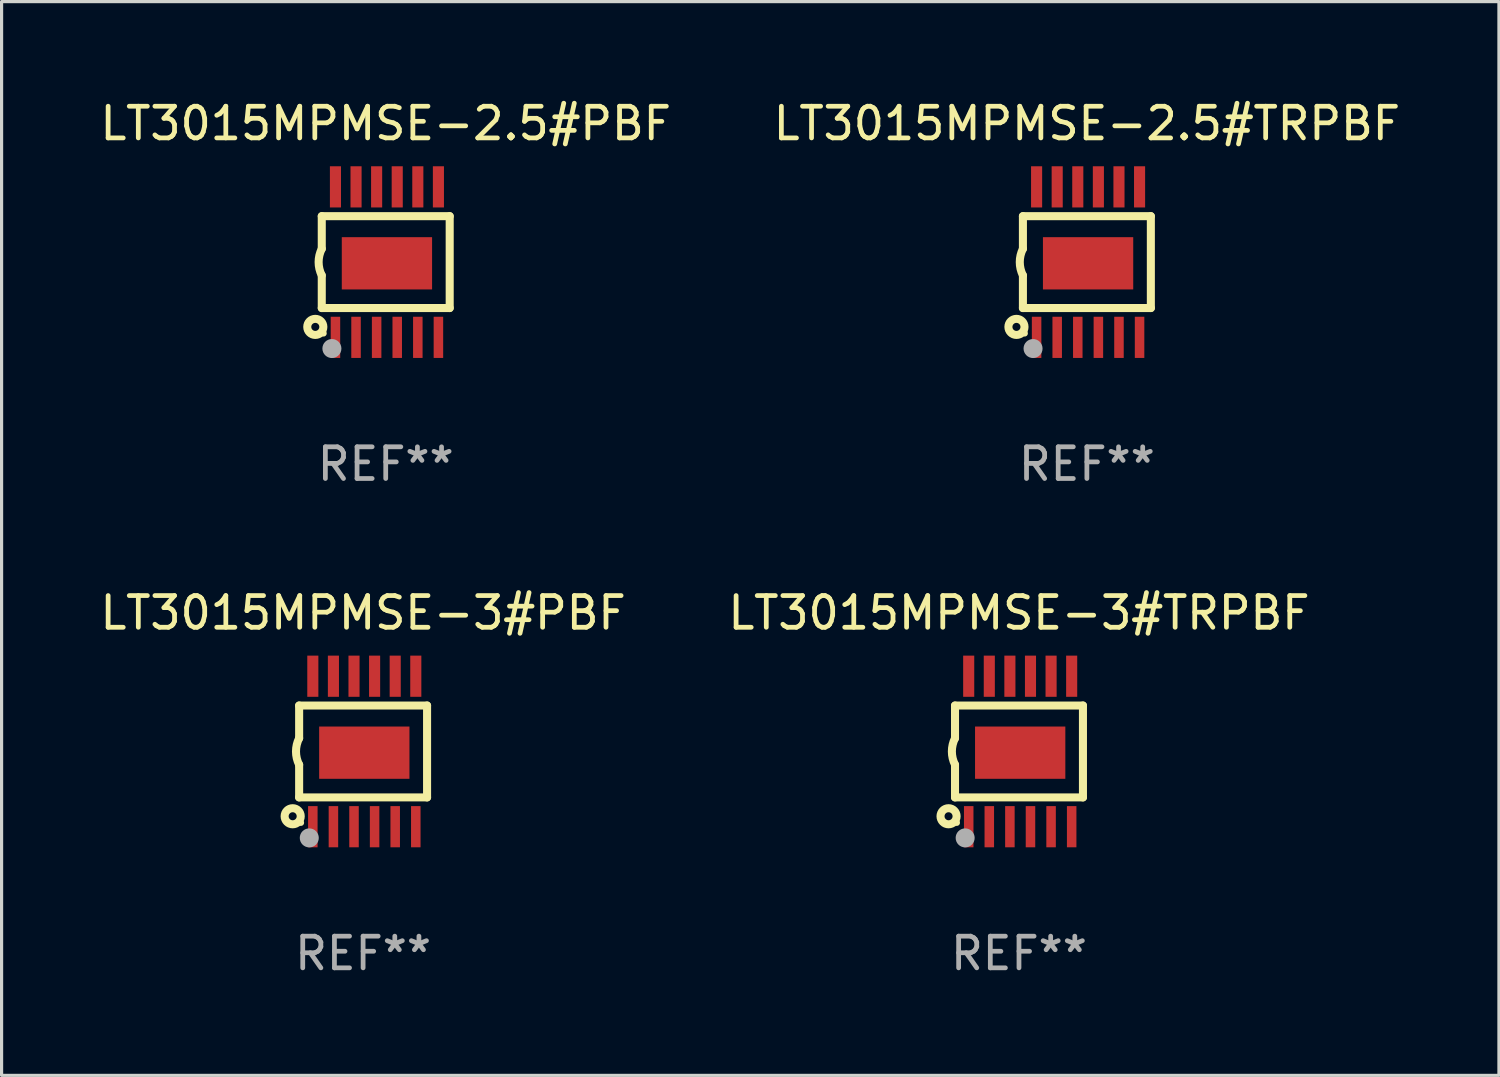
<source format=kicad_pcb>
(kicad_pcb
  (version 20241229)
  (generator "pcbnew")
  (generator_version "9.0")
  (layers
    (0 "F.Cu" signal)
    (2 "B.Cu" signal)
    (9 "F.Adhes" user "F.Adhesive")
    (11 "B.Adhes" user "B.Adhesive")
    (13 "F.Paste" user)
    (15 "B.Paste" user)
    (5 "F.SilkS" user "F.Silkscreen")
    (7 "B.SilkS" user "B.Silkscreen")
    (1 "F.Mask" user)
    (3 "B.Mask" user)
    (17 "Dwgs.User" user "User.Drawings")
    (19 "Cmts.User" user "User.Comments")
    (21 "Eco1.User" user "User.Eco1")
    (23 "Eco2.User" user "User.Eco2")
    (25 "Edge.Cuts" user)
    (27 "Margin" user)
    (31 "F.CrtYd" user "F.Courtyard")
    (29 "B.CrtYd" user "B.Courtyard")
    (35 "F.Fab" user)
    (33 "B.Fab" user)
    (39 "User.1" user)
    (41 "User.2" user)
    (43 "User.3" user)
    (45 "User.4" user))
  (footprint "LT3015MPMSE-2.5#TRPBF"
    (layer "F.Cu")
    (at 31.256 5.223)
    (property "Reference" "LT3015MPMSE-2.5#TRPBF" (at 0 -4.375 0) (layer "F.SilkS") (effects (font (size 1 1) (thickness 0.15))))
    (attr through_hole)
    (fp_line (start -2.019 -1.45) (end -2.019 -0.419) (stroke (width 0.254) (type solid)) (layer "F.SilkS"))
    (fp_line (start -2.019 1.45) (end -2.019 0.419) (stroke (width 0.254) (type solid)) (layer "F.SilkS"))
    (fp_line (start -2.019 1.45) (end 2.019 1.45) (stroke (width 0.254) (type solid)) (layer "F.SilkS"))
    (fp_line (start 2.019 -1.45) (end -2.019 -1.45) (stroke (width 0.254) (type solid)) (layer "F.SilkS"))
    (fp_line (start 2.019 -1.45) (end 2.019 1.45) (stroke (width 0.254) (type solid)) (layer "F.SilkS"))
    (fp_arc (start -2.019304 0.419101) (mid -2.11824 0) (end -2.019304 -0.419101) (stroke (width 0.254001) (type solid)) (layer "F.SilkS"))
    (fp_circle (center -2.223 2.045) (end -1.969 2.045) (stroke (width 0.254) (type solid)) (fill no) (layer "F.SilkS"))
    (fp_circle (center -1.962 2.25) (end -1.912 2.25) (stroke (width 0.1) (type solid)) (fill no) (layer "F.SilkS"))
    (fp_circle (center -1.699 2.728) (end -1.549 2.728) (stroke (width 0.3) (type solid)) (fill no) (layer "F.Fab"))
    (fp_text user "REF**" (at 0 6.375 0) (layer "F.Fab") (effects (font (size 1 1) (thickness 0.15))))
    (pad "1" smd rect (at -1.587 2.375) (size 0.3 1.3) (layers "F.Cu" "F.Mask" "F.Paste"))
    (pad "2" smd rect (at -0.937 2.375) (size 0.3 1.3) (layers "F.Cu" "F.Mask" "F.Paste"))
    (pad "3" smd rect (at -0.287 2.375) (size 0.3 1.3) (layers "F.Cu" "F.Mask" "F.Paste"))
    (pad "4" smd rect (at 0.363 2.375) (size 0.3 1.3) (layers "F.Cu" "F.Mask" "F.Paste"))
    (pad "5" smd rect (at 1.013 2.375) (size 0.3 1.3) (layers "F.Cu" "F.Mask" "F.Paste"))
    (pad "6" smd rect (at 1.663 2.375) (size 0.3 1.3) (layers "F.Cu" "F.Mask" "F.Paste"))
    (pad "7" smd rect (at 1.663 -2.375) (size 0.35 1.3) (layers "F.Cu" "F.Mask" "F.Paste"))
    (pad "8" smd rect (at 1.013 -2.375) (size 0.35 1.3) (layers "F.Cu" "F.Mask" "F.Paste"))
    (pad "9" smd rect (at 0.363 -2.375) (size 0.35 1.3) (layers "F.Cu" "F.Mask" "F.Paste"))
    (pad "10" smd rect (at -0.287 -2.375) (size 0.35 1.3) (layers "F.Cu" "F.Mask" "F.Paste"))
    (pad "11" smd rect (at -0.937 -2.375) (size 0.35 1.3) (layers "F.Cu" "F.Mask" "F.Paste"))
    (pad "12" smd rect (at -1.587 -2.375) (size 0.35 1.3) (layers "F.Cu" "F.Mask" "F.Paste"))
    (pad "13" smd rect (at 0.038 0.038) (size 2.85 1.65) (layers "F.Cu" "F.Mask" "F.Paste")))
  (footprint "LT3015MPMSE-3#PBF"
    (layer "F.Cu")
    (at 8.411 20.669)
    (property "Reference" "LT3015MPMSE-3#PBF" (at 0 -4.375 0) (layer "F.SilkS") (effects (font (size 1 1) (thickness 0.15))))
    (attr through_hole)
    (fp_line (start -2.019 -1.45) (end -2.019 -0.419) (stroke (width 0.254) (type solid)) (layer "F.SilkS"))
    (fp_line (start -2.019 1.45) (end -2.019 0.419) (stroke (width 0.254) (type solid)) (layer "F.SilkS"))
    (fp_line (start -2.019 1.45) (end 2.019 1.45) (stroke (width 0.254) (type solid)) (layer "F.SilkS"))
    (fp_line (start 2.019 -1.45) (end -2.019 -1.45) (stroke (width 0.254) (type solid)) (layer "F.SilkS"))
    (fp_line (start 2.019 -1.45) (end 2.019 1.45) (stroke (width 0.254) (type solid)) (layer "F.SilkS"))
    (fp_arc (start -2.019304 0.419101) (mid -2.11824 0) (end -2.019304 -0.419101) (stroke (width 0.254001) (type solid)) (layer "F.SilkS"))
    (fp_circle (center -2.223 2.045) (end -1.969 2.045) (stroke (width 0.254) (type solid)) (fill no) (layer "F.SilkS"))
    (fp_circle (center -1.962 2.25) (end -1.912 2.25) (stroke (width 0.1) (type solid)) (fill no) (layer "F.SilkS"))
    (fp_circle (center -1.699 2.728) (end -1.549 2.728) (stroke (width 0.3) (type solid)) (fill no) (layer "F.Fab"))
    (fp_text user "REF**" (at 0 6.375 0) (layer "F.Fab") (effects (font (size 1 1) (thickness 0.15))))
    (pad "1" smd rect (at -1.587 2.375) (size 0.3 1.3) (layers "F.Cu" "F.Mask" "F.Paste"))
    (pad "2" smd rect (at -0.937 2.375) (size 0.3 1.3) (layers "F.Cu" "F.Mask" "F.Paste"))
    (pad "3" smd rect (at -0.287 2.375) (size 0.3 1.3) (layers "F.Cu" "F.Mask" "F.Paste"))
    (pad "4" smd rect (at 0.363 2.375) (size 0.3 1.3) (layers "F.Cu" "F.Mask" "F.Paste"))
    (pad "5" smd rect (at 1.013 2.375) (size 0.3 1.3) (layers "F.Cu" "F.Mask" "F.Paste"))
    (pad "6" smd rect (at 1.663 2.375) (size 0.3 1.3) (layers "F.Cu" "F.Mask" "F.Paste"))
    (pad "7" smd rect (at 1.663 -2.375) (size 0.35 1.3) (layers "F.Cu" "F.Mask" "F.Paste"))
    (pad "8" smd rect (at 1.013 -2.375) (size 0.35 1.3) (layers "F.Cu" "F.Mask" "F.Paste"))
    (pad "9" smd rect (at 0.363 -2.375) (size 0.35 1.3) (layers "F.Cu" "F.Mask" "F.Paste"))
    (pad "10" smd rect (at -0.287 -2.375) (size 0.35 1.3) (layers "F.Cu" "F.Mask" "F.Paste"))
    (pad "11" smd rect (at -0.937 -2.375) (size 0.35 1.3) (layers "F.Cu" "F.Mask" "F.Paste"))
    (pad "12" smd rect (at -1.587 -2.375) (size 0.35 1.3) (layers "F.Cu" "F.Mask" "F.Paste"))
    (pad "13" smd rect (at 0.038 0.038) (size 2.85 1.65) (layers "F.Cu" "F.Mask" "F.Paste")))
  (footprint "LT3015MPMSE-3#TRPBF"
    (layer "F.Cu")
    (at 29.113 20.669)
    (property "Reference" "LT3015MPMSE-3#TRPBF" (at 0 -4.375 0) (layer "F.SilkS") (effects (font (size 1 1) (thickness 0.15))))
    (attr through_hole)
    (fp_line (start -2.019 -1.45) (end -2.019 -0.419) (stroke (width 0.254) (type solid)) (layer "F.SilkS"))
    (fp_line (start -2.019 1.45) (end -2.019 0.419) (stroke (width 0.254) (type solid)) (layer "F.SilkS"))
    (fp_line (start -2.019 1.45) (end 2.019 1.45) (stroke (width 0.254) (type solid)) (layer "F.SilkS"))
    (fp_line (start 2.019 -1.45) (end -2.019 -1.45) (stroke (width 0.254) (type solid)) (layer "F.SilkS"))
    (fp_line (start 2.019 -1.45) (end 2.019 1.45) (stroke (width 0.254) (type solid)) (layer "F.SilkS"))
    (fp_arc (start -2.019304 0.419101) (mid -2.11824 0) (end -2.019304 -0.419101) (stroke (width 0.254001) (type solid)) (layer "F.SilkS"))
    (fp_circle (center -2.223 2.045) (end -1.969 2.045) (stroke (width 0.254) (type solid)) (fill no) (layer "F.SilkS"))
    (fp_circle (center -1.962 2.25) (end -1.912 2.25) (stroke (width 0.1) (type solid)) (fill no) (layer "F.SilkS"))
    (fp_circle (center -1.699 2.728) (end -1.549 2.728) (stroke (width 0.3) (type solid)) (fill no) (layer "F.Fab"))
    (fp_text user "REF**" (at 0 6.375 0) (layer "F.Fab") (effects (font (size 1 1) (thickness 0.15))))
    (pad "1" smd rect (at -1.587 2.375) (size 0.3 1.3) (layers "F.Cu" "F.Mask" "F.Paste"))
    (pad "2" smd rect (at -0.937 2.375) (size 0.3 1.3) (layers "F.Cu" "F.Mask" "F.Paste"))
    (pad "3" smd rect (at -0.287 2.375) (size 0.3 1.3) (layers "F.Cu" "F.Mask" "F.Paste"))
    (pad "4" smd rect (at 0.363 2.375) (size 0.3 1.3) (layers "F.Cu" "F.Mask" "F.Paste"))
    (pad "5" smd rect (at 1.013 2.375) (size 0.3 1.3) (layers "F.Cu" "F.Mask" "F.Paste"))
    (pad "6" smd rect (at 1.663 2.375) (size 0.3 1.3) (layers "F.Cu" "F.Mask" "F.Paste"))
    (pad "7" smd rect (at 1.663 -2.375) (size 0.35 1.3) (layers "F.Cu" "F.Mask" "F.Paste"))
    (pad "8" smd rect (at 1.013 -2.375) (size 0.35 1.3) (layers "F.Cu" "F.Mask" "F.Paste"))
    (pad "9" smd rect (at 0.363 -2.375) (size 0.35 1.3) (layers "F.Cu" "F.Mask" "F.Paste"))
    (pad "10" smd rect (at -0.287 -2.375) (size 0.35 1.3) (layers "F.Cu" "F.Mask" "F.Paste"))
    (pad "11" smd rect (at -0.937 -2.375) (size 0.35 1.3) (layers "F.Cu" "F.Mask" "F.Paste"))
    (pad "12" smd rect (at -1.587 -2.375) (size 0.35 1.3) (layers "F.Cu" "F.Mask" "F.Paste"))
    (pad "13" smd rect (at 0.038 0.038) (size 2.85 1.65) (layers "F.Cu" "F.Mask" "F.Paste")))
  (footprint "LT3015MPMSE-2.5#PBF"
    (layer "F.Cu")
    (at 9.125 5.223)
    (property "Reference" "LT3015MPMSE-2.5#PBF" (at 0 -4.375 0) (layer "F.SilkS") (effects (font (size 1 1) (thickness 0.15))))
    (attr through_hole)
    (fp_line (start -2.019 -1.45) (end -2.019 -0.419) (stroke (width 0.254) (type solid)) (layer "F.SilkS"))
    (fp_line (start -2.019 1.45) (end -2.019 0.419) (stroke (width 0.254) (type solid)) (layer "F.SilkS"))
    (fp_line (start -2.019 1.45) (end 2.019 1.45) (stroke (width 0.254) (type solid)) (layer "F.SilkS"))
    (fp_line (start 2.019 -1.45) (end -2.019 -1.45) (stroke (width 0.254) (type solid)) (layer "F.SilkS"))
    (fp_line (start 2.019 -1.45) (end 2.019 1.45) (stroke (width 0.254) (type solid)) (layer "F.SilkS"))
    (fp_arc (start -2.019304 0.419101) (mid -2.11824 0) (end -2.019304 -0.419101) (stroke (width 0.254001) (type solid)) (layer "F.SilkS"))
    (fp_circle (center -2.223 2.045) (end -1.969 2.045) (stroke (width 0.254) (type solid)) (fill no) (layer "F.SilkS"))
    (fp_circle (center -1.962 2.25) (end -1.912 2.25) (stroke (width 0.1) (type solid)) (fill no) (layer "F.SilkS"))
    (fp_circle (center -1.699 2.728) (end -1.549 2.728) (stroke (width 0.3) (type solid)) (fill no) (layer "F.Fab"))
    (fp_text user "REF**" (at 0 6.375 0) (layer "F.Fab") (effects (font (size 1 1) (thickness 0.15))))
    (pad "1" smd rect (at -1.587 2.375) (size 0.3 1.3) (layers "F.Cu" "F.Mask" "F.Paste"))
    (pad "2" smd rect (at -0.937 2.375) (size 0.3 1.3) (layers "F.Cu" "F.Mask" "F.Paste"))
    (pad "3" smd rect (at -0.287 2.375) (size 0.3 1.3) (layers "F.Cu" "F.Mask" "F.Paste"))
    (pad "4" smd rect (at 0.363 2.375) (size 0.3 1.3) (layers "F.Cu" "F.Mask" "F.Paste"))
    (pad "5" smd rect (at 1.013 2.375) (size 0.3 1.3) (layers "F.Cu" "F.Mask" "F.Paste"))
    (pad "6" smd rect (at 1.663 2.375) (size 0.3 1.3) (layers "F.Cu" "F.Mask" "F.Paste"))
    (pad "7" smd rect (at 1.663 -2.375) (size 0.35 1.3) (layers "F.Cu" "F.Mask" "F.Paste"))
    (pad "8" smd rect (at 1.013 -2.375) (size 0.35 1.3) (layers "F.Cu" "F.Mask" "F.Paste"))
    (pad "9" smd rect (at 0.363 -2.375) (size 0.35 1.3) (layers "F.Cu" "F.Mask" "F.Paste"))
    (pad "10" smd rect (at -0.287 -2.375) (size 0.35 1.3) (layers "F.Cu" "F.Mask" "F.Paste"))
    (pad "11" smd rect (at -0.937 -2.375) (size 0.35 1.3) (layers "F.Cu" "F.Mask" "F.Paste"))
    (pad "12" smd rect (at -1.587 -2.375) (size 0.35 1.3) (layers "F.Cu" "F.Mask" "F.Paste"))
    (pad "13" smd rect (at 0.038 0.038) (size 2.85 1.65) (layers "F.Cu" "F.Mask" "F.Paste")))
  (gr_rect
    (start -3 -3)
    (end 44.262 30.893)
    (stroke (width 0.1) (type default))
    (fill no)
    (layer "Edge.Cuts")))
</source>
